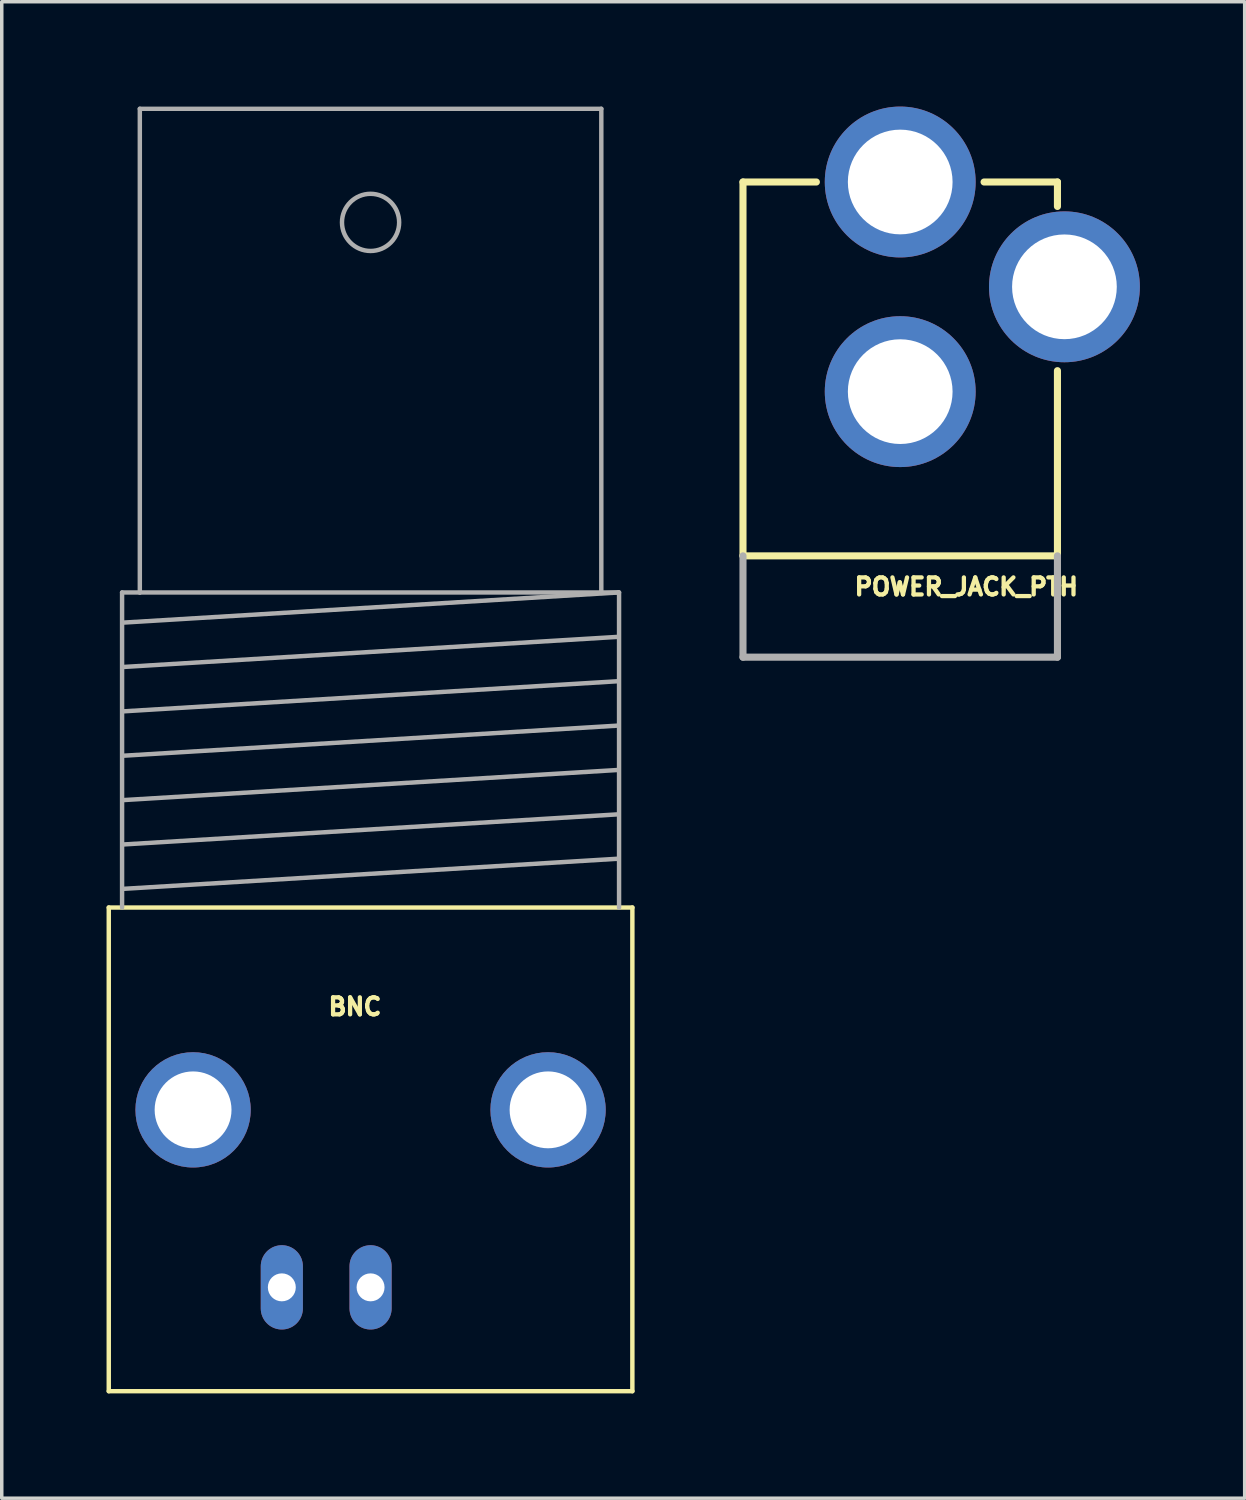
<source format=kicad_pcb>
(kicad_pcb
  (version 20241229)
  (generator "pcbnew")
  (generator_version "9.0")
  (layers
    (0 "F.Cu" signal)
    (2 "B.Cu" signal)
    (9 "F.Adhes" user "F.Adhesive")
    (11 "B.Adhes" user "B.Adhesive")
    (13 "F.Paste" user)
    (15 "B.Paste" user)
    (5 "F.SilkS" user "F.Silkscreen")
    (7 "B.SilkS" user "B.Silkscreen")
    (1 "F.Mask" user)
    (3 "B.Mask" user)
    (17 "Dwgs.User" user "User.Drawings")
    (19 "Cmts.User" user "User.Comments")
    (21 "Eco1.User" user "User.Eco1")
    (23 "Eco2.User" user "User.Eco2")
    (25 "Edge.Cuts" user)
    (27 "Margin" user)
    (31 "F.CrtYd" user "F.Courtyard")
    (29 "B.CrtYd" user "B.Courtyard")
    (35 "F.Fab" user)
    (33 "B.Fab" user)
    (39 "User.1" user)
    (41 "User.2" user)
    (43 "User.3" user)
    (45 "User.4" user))
  (footprint "BNC"
    (layer "F.Cu")
    (at 7.556 33.795)
    (property "Reference" "BNC" (at -1.27 -7.747 0) (layer "F.SilkS") (effects (font (size 0.488 0.488) (thickness 0.122)) (justify left bottom)))
    (fp_line (start -7.493 -10.871) (end -7.493 2.972) (stroke (width 0.127) (type solid)) (layer "F.SilkS"))
    (fp_line (start -7.493 2.972) (end 7.493 2.972) (stroke (width 0.127) (type solid)) (layer "F.SilkS"))
    (fp_line (start 7.493 -10.871) (end -7.493 -10.871) (stroke (width 0.127) (type solid)) (layer "F.SilkS"))
    (fp_line (start 7.493 2.972) (end 7.493 -10.871) (stroke (width 0.127) (type solid)) (layer "F.SilkS"))
    (fp_line (start -7.112 -19.888) (end -6.604 -19.888) (stroke (width 0.127) (type solid)) (layer "F.Fab"))
    (fp_line (start -7.112 -10.871) (end -7.112 -19.888) (stroke (width 0.127) (type solid)) (layer "F.Fab"))
    (fp_line (start -7.087 -19.025) (end 7.087 -19.888) (stroke (width 0.127) (type solid)) (layer "F.Fab"))
    (fp_line (start -7.087 -17.755) (end 7.087 -18.618) (stroke (width 0.127) (type solid)) (layer "F.Fab"))
    (fp_line (start -7.087 -16.485) (end 7.087 -17.348) (stroke (width 0.127) (type solid)) (layer "F.Fab"))
    (fp_line (start -7.087 -15.215) (end 7.087 -16.078) (stroke (width 0.127) (type solid)) (layer "F.Fab"))
    (fp_line (start -7.087 -13.945) (end 7.087 -14.808) (stroke (width 0.127) (type solid)) (layer "F.Fab"))
    (fp_line (start -7.087 -12.675) (end 7.087 -13.538) (stroke (width 0.127) (type solid)) (layer "F.Fab"))
    (fp_line (start -7.087 -11.405) (end 7.087 -12.268) (stroke (width 0.127) (type solid)) (layer "F.Fab"))
    (fp_line (start -6.604 -33.731) (end -6.604 -19.888) (stroke (width 0.127) (type solid)) (layer "F.Fab"))
    (fp_line (start -6.604 -19.888) (end 6.604 -19.888) (stroke (width 0.127) (type solid)) (layer "F.Fab"))
    (fp_line (start 6.604 -33.731) (end -6.604 -33.731) (stroke (width 0.127) (type solid)) (layer "F.Fab"))
    (fp_line (start 6.604 -19.888) (end 6.604 -33.731) (stroke (width 0.127) (type solid)) (layer "F.Fab"))
    (fp_line (start 6.604 -19.888) (end 7.087 -19.888) (stroke (width 0.127) (type solid)) (layer "F.Fab"))
    (fp_line (start 7.087 -19.888) (end 7.112 -19.888) (stroke (width 0.127) (type solid)) (layer "F.Fab"))
    (fp_line (start 7.112 -19.888) (end 7.112 -10.871) (stroke (width 0.127) (type solid)) (layer "F.Fab"))
    (fp_circle (center 0 -30.48) (end 0.818 -30.48) (stroke (width 0.127) (type solid)) (fill no) (layer "F.Fab"))
    (pad "3" thru_hole circle (at -5.08 -5.08) (size 3.3 3.3) (drill 2.2) (layers "*.Cu" "*.Mask"))
    (pad "4" thru_hole circle (at 5.08 -5.08) (size 3.3 3.3) (drill 2.2) (layers "*.Cu" "*.Mask"))
    (pad "GND" thru_hole oval (at -2.54 0 90) (size 2.413 1.206) (drill 0.8) (layers "*.Cu" "*.Mask"))
    (pad "S" thru_hole oval (at 0 0 90) (size 2.413 1.206) (drill 0.8) (layers "*.Cu" "*.Mask")))
  (footprint "POWER_JACK_PTH"
    (layer "F.Cu")
    (at 22.715 15.859)
    (property "Reference" "POWER_JACK_PTH" (at -1.372 -1.829 0) (layer "F.SilkS") (effects (font (size 0.488 0.488) (thickness 0.122)) (justify left bottom)))
    (fp_line (start -4.5 -13.7) (end -2.4 -13.7) (stroke (width 0.203) (type solid)) (layer "F.SilkS"))
    (fp_line (start -4.5 -3) (end -4.5 -13.7) (stroke (width 0.203) (type solid)) (layer "F.SilkS"))
    (fp_line (start -4.5 -3) (end 4.5 -3) (stroke (width 0.203) (type solid)) (layer "F.SilkS"))
    (fp_line (start 4.5 -13.7) (end 2.4 -13.7) (stroke (width 0.203) (type solid)) (layer "F.SilkS"))
    (fp_line (start 4.5 -13.7) (end 4.5 -13) (stroke (width 0.203) (type solid)) (layer "F.SilkS"))
    (fp_line (start 4.5 -3) (end 4.5 -8.3) (stroke (width 0.203) (type solid)) (layer "F.SilkS"))
    (fp_line (start -4.5 -3) (end -4.5 -0.1) (stroke (width 0.203) (type solid)) (layer "F.Fab"))
    (fp_line (start 4.5 -0.1) (end -4.5 -0.1) (stroke (width 0.203) (type solid)) (layer "F.Fab"))
    (fp_line (start 4.5 -0.1) (end 4.5 -3) (stroke (width 0.203) (type solid)) (layer "F.Fab"))
    (pad "GND" thru_hole circle (at 0 -7.7) (size 4.318 4.318) (drill 2.997) (layers "*.Cu" "*.Mask"))
    (pad "GNDBREAK" thru_hole circle (at 4.7 -10.7 90) (size 4.318 4.318) (drill 2.997) (layers "*.Cu" "*.Mask"))
    (pad "PWR" thru_hole circle (at 0 -13.7) (size 4.318 4.318) (drill 2.997) (layers "*.Cu" "*.Mask")))
  (gr_rect
    (start -3 -3)
    (end 32.574 39.83)
    (stroke (width 0.1) (type default))
    (fill no)
    (layer "Edge.Cuts")))
</source>
